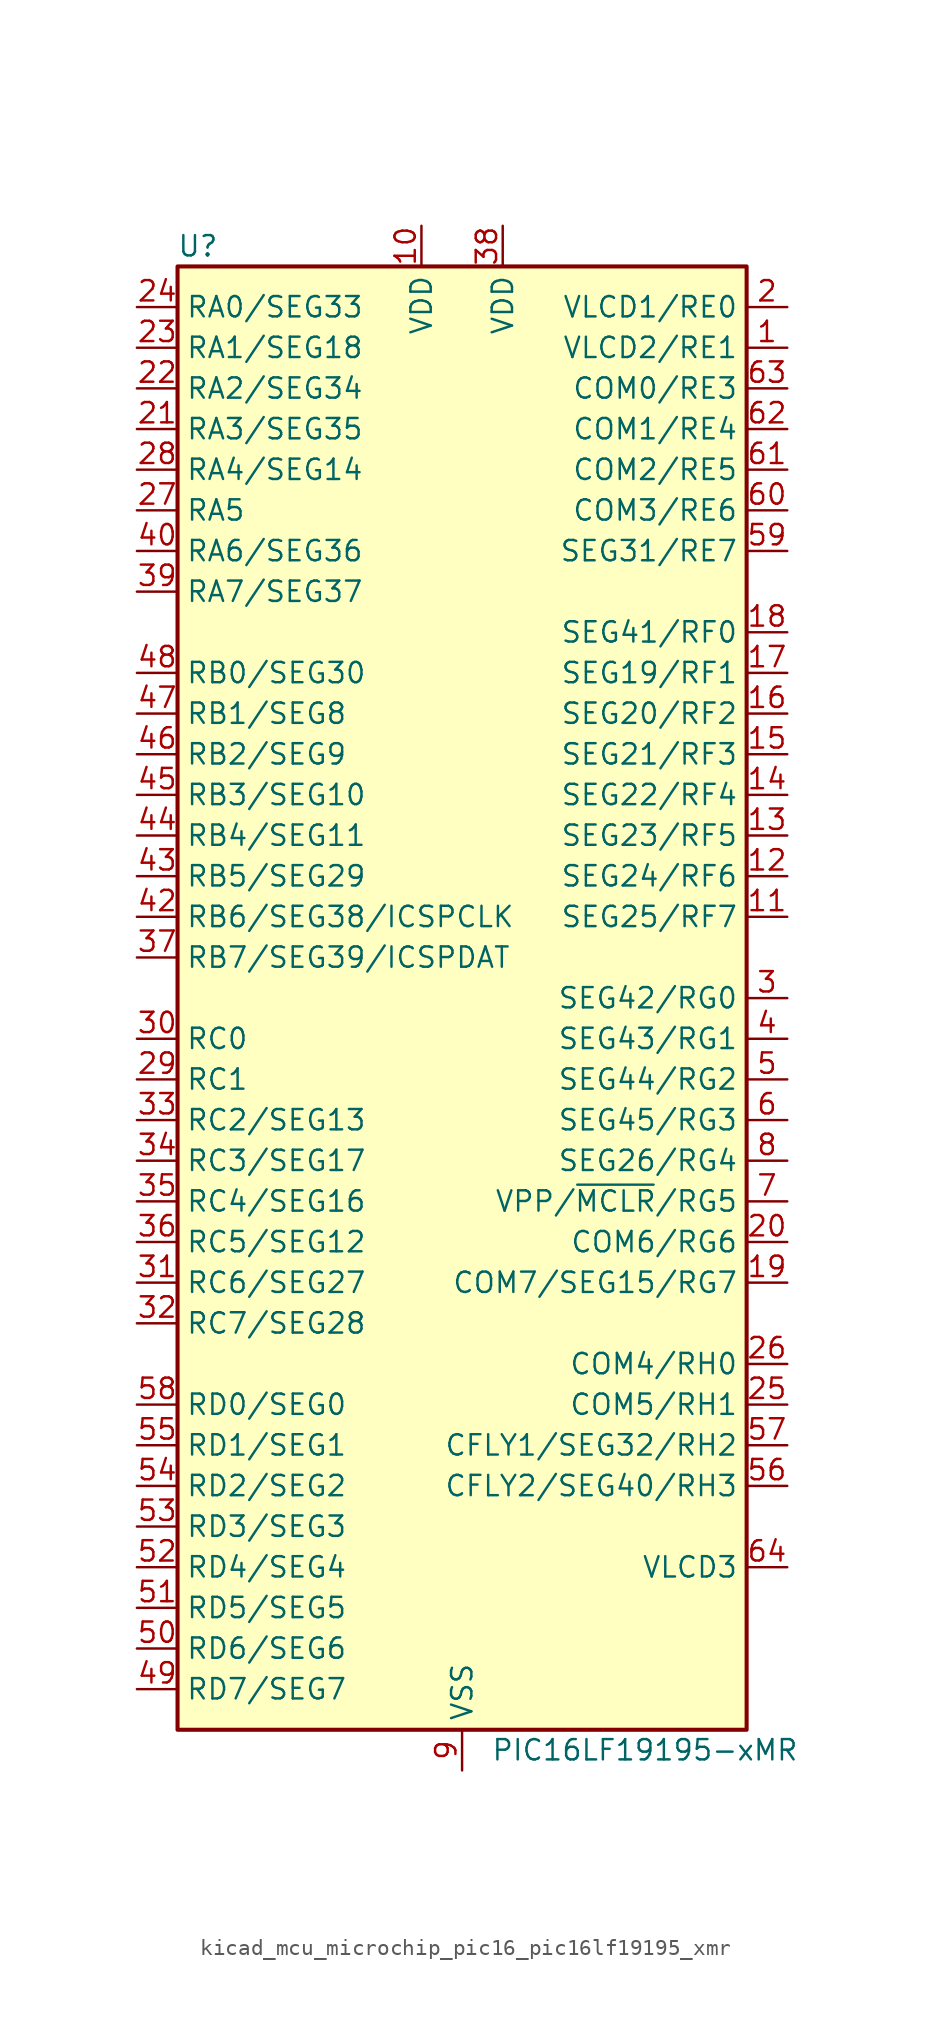
<source format=kicad_sym>
(kicad_symbol_lib
  (version 20220914)
  (generator kicad_symbol_editor)
  (symbol "kicad_mcu_microchip_pic16_pic16lf19195_xmr"
    (property "Reference" "U"
      (at -16.51 46.99 0)
      (effects (font (size 1.27 1.27))))
    (property "Value" "PIC16LF19195-xMR"
      (at 11.43 -46.99 0)
      (effects (font (size 1.27 1.27))))
    (symbol "kicad_mcu_microchip_pic16_pic16lf19195_xmr_0_1"
      (rectangle (start -17.78 45.72) (end 17.78 -45.72) (stroke (width 0.254) (type default)) (fill (type background))))
    (symbol "kicad_mcu_microchip_pic16_pic16lf19195_xmr_1_1"
      (pin bidirectional line (at 20.32 40.64 180) (length 2.54) (name "VLCD2/RE1" (effects (font (size 1.27 1.27)))) (number "1" (effects (font (size 1.27 1.27)))))
      (pin power_in line (at -2.54 48.26 270) (length 2.54) (name "VDD" (effects (font (size 1.27 1.27)))) (number "10" (effects (font (size 1.27 1.27)))))
      (pin bidirectional line (at 20.32 5.08 180) (length 2.54) (name "SEG25/RF7" (effects (font (size 1.27 1.27)))) (number "11" (effects (font (size 1.27 1.27)))))
      (pin bidirectional line (at 20.32 7.62 180) (length 2.54) (name "SEG24/RF6" (effects (font (size 1.27 1.27)))) (number "12" (effects (font (size 1.27 1.27)))))
      (pin bidirectional line (at 20.32 10.16 180) (length 2.54) (name "SEG23/RF5" (effects (font (size 1.27 1.27)))) (number "13" (effects (font (size 1.27 1.27)))))
      (pin bidirectional line (at 20.32 12.7 180) (length 2.54) (name "SEG22/RF4" (effects (font (size 1.27 1.27)))) (number "14" (effects (font (size 1.27 1.27)))))
      (pin bidirectional line (at 20.32 15.24 180) (length 2.54) (name "SEG21/RF3" (effects (font (size 1.27 1.27)))) (number "15" (effects (font (size 1.27 1.27)))))
      (pin bidirectional line (at 20.32 17.78 180) (length 2.54) (name "SEG20/RF2" (effects (font (size 1.27 1.27)))) (number "16" (effects (font (size 1.27 1.27)))))
      (pin bidirectional line (at 20.32 20.32 180) (length 2.54) (name "SEG19/RF1" (effects (font (size 1.27 1.27)))) (number "17" (effects (font (size 1.27 1.27)))))
      (pin bidirectional line (at 20.32 22.86 180) (length 2.54) (name "SEG41/RF0" (effects (font (size 1.27 1.27)))) (number "18" (effects (font (size 1.27 1.27)))))
      (pin bidirectional line (at 20.32 -17.78 180) (length 2.54) (name "COM7/SEG15/RG7" (effects (font (size 1.27 1.27)))) (number "19" (effects (font (size 1.27 1.27)))))
      (pin bidirectional line (at 20.32 43.18 180) (length 2.54) (name "VLCD1/RE0" (effects (font (size 1.27 1.27)))) (number "2" (effects (font (size 1.27 1.27)))))
      (pin bidirectional line (at 20.32 -15.24 180) (length 2.54) (name "COM6/RG6" (effects (font (size 1.27 1.27)))) (number "20" (effects (font (size 1.27 1.27)))))
      (pin bidirectional line (at -20.32 35.56 0) (length 2.54) (name "RA3/SEG35" (effects (font (size 1.27 1.27)))) (number "21" (effects (font (size 1.27 1.27)))))
      (pin bidirectional line (at -20.32 38.1 0) (length 2.54) (name "RA2/SEG34" (effects (font (size 1.27 1.27)))) (number "22" (effects (font (size 1.27 1.27)))))
      (pin bidirectional line (at -20.32 40.64 0) (length 2.54) (name "RA1/SEG18" (effects (font (size 1.27 1.27)))) (number "23" (effects (font (size 1.27 1.27)))))
      (pin bidirectional line (at -20.32 43.18 0) (length 2.54) (name "RA0/SEG33" (effects (font (size 1.27 1.27)))) (number "24" (effects (font (size 1.27 1.27)))))
      (pin bidirectional line (at 20.32 -25.4 180) (length 2.54) (name "COM5/RH1" (effects (font (size 1.27 1.27)))) (number "25" (effects (font (size 1.27 1.27)))))
      (pin bidirectional line (at 20.32 -22.86 180) (length 2.54) (name "COM4/RH0" (effects (font (size 1.27 1.27)))) (number "26" (effects (font (size 1.27 1.27)))))
      (pin bidirectional line (at -20.32 30.48 0) (length 2.54) (name "RA5" (effects (font (size 1.27 1.27)))) (number "27" (effects (font (size 1.27 1.27)))))
      (pin bidirectional line (at -20.32 33.02 0) (length 2.54) (name "RA4/SEG14" (effects (font (size 1.27 1.27)))) (number "28" (effects (font (size 1.27 1.27)))))
      (pin bidirectional line (at -20.32 -5.08 0) (length 2.54) (name "RC1" (effects (font (size 1.27 1.27)))) (number "29" (effects (font (size 1.27 1.27)))))
      (pin bidirectional line (at 20.32 0 180) (length 2.54) (name "SEG42/RG0" (effects (font (size 1.27 1.27)))) (number "3" (effects (font (size 1.27 1.27)))))
      (pin bidirectional line (at -20.32 -2.54 0) (length 2.54) (name "RC0" (effects (font (size 1.27 1.27)))) (number "30" (effects (font (size 1.27 1.27)))))
      (pin bidirectional line (at -20.32 -17.78 0) (length 2.54) (name "RC6/SEG27" (effects (font (size 1.27 1.27)))) (number "31" (effects (font (size 1.27 1.27)))))
      (pin bidirectional line (at -20.32 -20.32 0) (length 2.54) (name "RC7/SEG28" (effects (font (size 1.27 1.27)))) (number "32" (effects (font (size 1.27 1.27)))))
      (pin bidirectional line (at -20.32 -7.62 0) (length 2.54) (name "RC2/SEG13" (effects (font (size 1.27 1.27)))) (number "33" (effects (font (size 1.27 1.27)))))
      (pin bidirectional line (at -20.32 -10.16 0) (length 2.54) (name "RC3/SEG17" (effects (font (size 1.27 1.27)))) (number "34" (effects (font (size 1.27 1.27)))))
      (pin bidirectional line (at -20.32 -12.7 0) (length 2.54) (name "RC4/SEG16" (effects (font (size 1.27 1.27)))) (number "35" (effects (font (size 1.27 1.27)))))
      (pin bidirectional line (at -20.32 -15.24 0) (length 2.54) (name "RC5/SEG12" (effects (font (size 1.27 1.27)))) (number "36" (effects (font (size 1.27 1.27)))))
      (pin bidirectional line (at -20.32 2.54 0) (length 2.54) (name "RB7/SEG39/ICSPDAT" (effects (font (size 1.27 1.27)))) (number "37" (effects (font (size 1.27 1.27)))))
      (pin power_in line (at 2.54 48.26 270) (length 2.54) (name "VDD" (effects (font (size 1.27 1.27)))) (number "38" (effects (font (size 1.27 1.27)))))
      (pin bidirectional line (at -20.32 25.4 0) (length 2.54) (name "RA7/SEG37" (effects (font (size 1.27 1.27)))) (number "39" (effects (font (size 1.27 1.27)))))
      (pin bidirectional line (at 20.32 -2.54 180) (length 2.54) (name "SEG43/RG1" (effects (font (size 1.27 1.27)))) (number "4" (effects (font (size 1.27 1.27)))))
      (pin bidirectional line (at -20.32 27.94 0) (length 2.54) (name "RA6/SEG36" (effects (font (size 1.27 1.27)))) (number "40" (effects (font (size 1.27 1.27)))))
      (pin passive line (at 0 -48.26 90) (length 2.54) hide (name "VSS" (effects (font (size 1.27 1.27)))) (number "41" (effects (font (size 1.27 1.27)))))
      (pin bidirectional line (at -20.32 5.08 0) (length 2.54) (name "RB6/SEG38/ICSPCLK" (effects (font (size 1.27 1.27)))) (number "42" (effects (font (size 1.27 1.27)))))
      (pin bidirectional line (at -20.32 7.62 0) (length 2.54) (name "RB5/SEG29" (effects (font (size 1.27 1.27)))) (number "43" (effects (font (size 1.27 1.27)))))
      (pin bidirectional line (at -20.32 10.16 0) (length 2.54) (name "RB4/SEG11" (effects (font (size 1.27 1.27)))) (number "44" (effects (font (size 1.27 1.27)))))
      (pin bidirectional line (at -20.32 12.7 0) (length 2.54) (name "RB3/SEG10" (effects (font (size 1.27 1.27)))) (number "45" (effects (font (size 1.27 1.27)))))
      (pin bidirectional line (at -20.32 15.24 0) (length 2.54) (name "RB2/SEG9" (effects (font (size 1.27 1.27)))) (number "46" (effects (font (size 1.27 1.27)))))
      (pin bidirectional line (at -20.32 17.78 0) (length 2.54) (name "RB1/SEG8" (effects (font (size 1.27 1.27)))) (number "47" (effects (font (size 1.27 1.27)))))
      (pin bidirectional line (at -20.32 20.32 0) (length 2.54) (name "RB0/SEG30" (effects (font (size 1.27 1.27)))) (number "48" (effects (font (size 1.27 1.27)))))
      (pin bidirectional line (at -20.32 -43.18 0) (length 2.54) (name "RD7/SEG7" (effects (font (size 1.27 1.27)))) (number "49" (effects (font (size 1.27 1.27)))))
      (pin bidirectional line (at 20.32 -5.08 180) (length 2.54) (name "SEG44/RG2" (effects (font (size 1.27 1.27)))) (number "5" (effects (font (size 1.27 1.27)))))
      (pin bidirectional line (at -20.32 -40.64 0) (length 2.54) (name "RD6/SEG6" (effects (font (size 1.27 1.27)))) (number "50" (effects (font (size 1.27 1.27)))))
      (pin bidirectional line (at -20.32 -38.1 0) (length 2.54) (name "RD5/SEG5" (effects (font (size 1.27 1.27)))) (number "51" (effects (font (size 1.27 1.27)))))
      (pin bidirectional line (at -20.32 -35.56 0) (length 2.54) (name "RD4/SEG4" (effects (font (size 1.27 1.27)))) (number "52" (effects (font (size 1.27 1.27)))))
      (pin bidirectional line (at -20.32 -33.02 0) (length 2.54) (name "RD3/SEG3" (effects (font (size 1.27 1.27)))) (number "53" (effects (font (size 1.27 1.27)))))
      (pin bidirectional line (at -20.32 -30.48 0) (length 2.54) (name "RD2/SEG2" (effects (font (size 1.27 1.27)))) (number "54" (effects (font (size 1.27 1.27)))))
      (pin bidirectional line (at -20.32 -27.94 0) (length 2.54) (name "RD1/SEG1" (effects (font (size 1.27 1.27)))) (number "55" (effects (font (size 1.27 1.27)))))
      (pin bidirectional line (at 20.32 -30.48 180) (length 2.54) (name "CFLY2/SEG40/RH3" (effects (font (size 1.27 1.27)))) (number "56" (effects (font (size 1.27 1.27)))))
      (pin bidirectional line (at 20.32 -27.94 180) (length 2.54) (name "CFLY1/SEG32/RH2" (effects (font (size 1.27 1.27)))) (number "57" (effects (font (size 1.27 1.27)))))
      (pin bidirectional line (at -20.32 -25.4 0) (length 2.54) (name "RD0/SEG0" (effects (font (size 1.27 1.27)))) (number "58" (effects (font (size 1.27 1.27)))))
      (pin bidirectional line (at 20.32 27.94 180) (length 2.54) (name "SEG31/RE7" (effects (font (size 1.27 1.27)))) (number "59" (effects (font (size 1.27 1.27)))))
      (pin bidirectional line (at 20.32 -7.62 180) (length 2.54) (name "SEG45/RG3" (effects (font (size 1.27 1.27)))) (number "6" (effects (font (size 1.27 1.27)))))
      (pin bidirectional line (at 20.32 30.48 180) (length 2.54) (name "COM3/RE6" (effects (font (size 1.27 1.27)))) (number "60" (effects (font (size 1.27 1.27)))))
      (pin bidirectional line (at 20.32 33.02 180) (length 2.54) (name "COM2/RE5" (effects (font (size 1.27 1.27)))) (number "61" (effects (font (size 1.27 1.27)))))
      (pin bidirectional line (at 20.32 35.56 180) (length 2.54) (name "COM1/RE4" (effects (font (size 1.27 1.27)))) (number "62" (effects (font (size 1.27 1.27)))))
      (pin bidirectional line (at 20.32 38.1 180) (length 2.54) (name "COM0/RE3" (effects (font (size 1.27 1.27)))) (number "63" (effects (font (size 1.27 1.27)))))
      (pin input line (at 20.32 -35.56 180) (length 2.54) (name "VLCD3" (effects (font (size 1.27 1.27)))) (number "64" (effects (font (size 1.27 1.27)))))
      (pin passive line (at 0 -48.26 90) (length 2.54) hide (name "VSS" (effects (font (size 1.27 1.27)))) (number "65" (effects (font (size 1.27 1.27)))))
      (pin bidirectional line (at 20.32 -12.7 180) (length 2.54) (name "VPP/~{MCLR}/RG5" (effects (font (size 1.27 1.27)))) (number "7" (effects (font (size 1.27 1.27)))))
      (pin bidirectional line (at 20.32 -10.16 180) (length 2.54) (name "SEG26/RG4" (effects (font (size 1.27 1.27)))) (number "8" (effects (font (size 1.27 1.27)))))
      (pin power_in line (at 0 -48.26 90) (length 2.54) (name "VSS" (effects (font (size 1.27 1.27)))) (number "9" (effects (font (size 1.27 1.27))))))))
</source>
